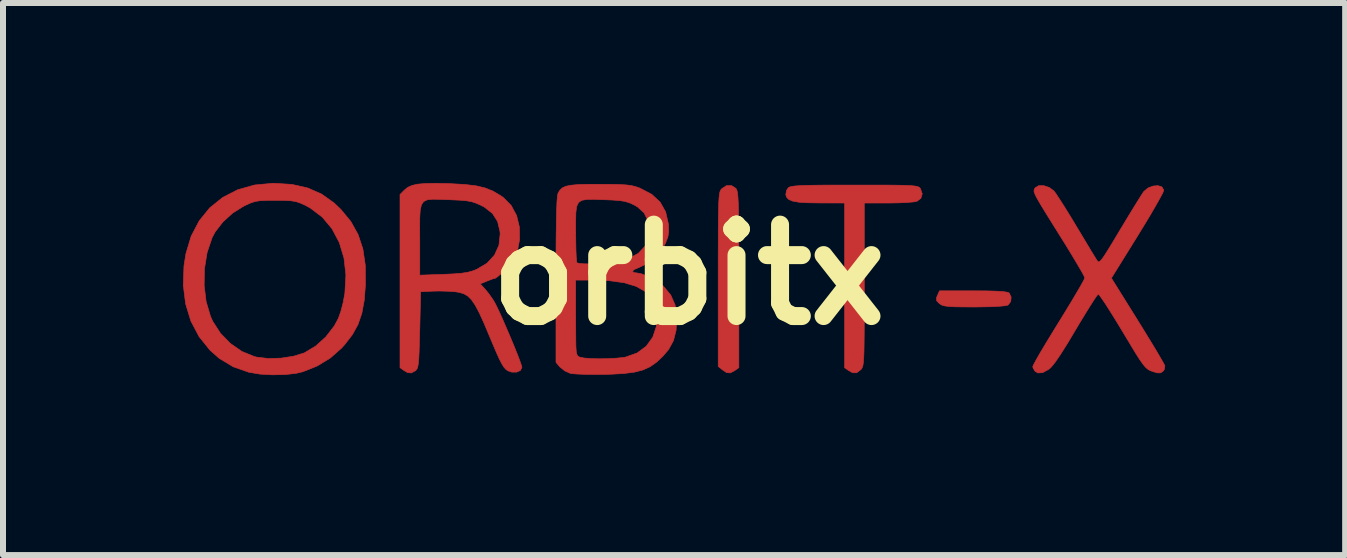
<source format=kicad_pcb>
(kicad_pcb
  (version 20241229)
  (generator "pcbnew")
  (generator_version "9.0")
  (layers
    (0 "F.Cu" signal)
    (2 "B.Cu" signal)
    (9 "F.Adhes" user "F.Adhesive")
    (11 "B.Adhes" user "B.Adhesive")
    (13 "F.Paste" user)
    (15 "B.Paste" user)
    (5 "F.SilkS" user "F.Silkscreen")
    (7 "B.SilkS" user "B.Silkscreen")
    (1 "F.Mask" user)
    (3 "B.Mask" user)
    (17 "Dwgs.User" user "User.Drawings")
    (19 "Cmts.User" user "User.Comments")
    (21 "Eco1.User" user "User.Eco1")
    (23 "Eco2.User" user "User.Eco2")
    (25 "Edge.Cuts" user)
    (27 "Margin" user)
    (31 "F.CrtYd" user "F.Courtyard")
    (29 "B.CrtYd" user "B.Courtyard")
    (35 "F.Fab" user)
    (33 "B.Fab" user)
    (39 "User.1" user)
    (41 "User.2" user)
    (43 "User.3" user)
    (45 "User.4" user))
  (footprint "orbitx"
    (layer "F.Cu")
    (at 8.429 1.529)
    (property "Reference" "orbitx" (at 0 0 0) (layer "F.SilkS") (effects (font (size 1.524 1.524) (thickness 0.3))))
    (attr through_hole)
    (fp_poly (pts (xy 4.968 0.27) (xy 5.135 0.275) (xy 5.252 0.283) (xy 5.32 0.294) (xy 5.343 0.305) (xy 5.376 0.372) (xy 5.369 0.448) (xy 5.326 0.504) (xy 5.321 0.507) (xy 5.271 0.518) (xy 5.171 0.527) (xy 5.03 0.534) (xy 4.859 0.537) (xy 4.757 0.538) (xy 4.568 0.537) (xy 4.43 0.535) (xy 4.332 0.529) (xy 4.266 0.52) (xy 4.221 0.507) (xy 4.188 0.487) (xy 4.18 0.482) (xy 4.134 0.434) (xy 4.131 0.387) (xy 4.147 0.347) (xy 4.182 0.269) (xy 4.745 0.269) (xy 4.968 0.27)) (stroke (width 0.01) (type solid)) (fill yes) (layer "F.Cu"))
    (fp_poly (pts (xy 0.787 -1.439) (xy 0.799 -1.422) (xy 0.808 -1.395) (xy 0.816 -1.353) (xy 0.822 -1.291) (xy 0.827 -1.203) (xy 0.831 -1.085) (xy 0.833 -0.932) (xy 0.835 -0.738) (xy 0.836 -0.499) (xy 0.837 -0.21) (xy 0.837 0.083) (xy 0.837 1.55) (xy 0.77 1.597) (xy 0.695 1.637) (xy 0.632 1.632) (xy 0.564 1.586) (xy 0.493 1.529) (xy 0.493 0.08) (xy 0.493 -0.252) (xy 0.494 -0.529) (xy 0.494 -0.757) (xy 0.496 -0.941) (xy 0.499 -1.086) (xy 0.502 -1.197) (xy 0.507 -1.279) (xy 0.513 -1.338) (xy 0.521 -1.378) (xy 0.531 -1.405) (xy 0.543 -1.423) (xy 0.55 -1.431) (xy 0.631 -1.485) (xy 0.717 -1.485) (xy 0.787 -1.439)) (stroke (width 0.01) (type solid)) (fill yes) (layer "F.Cu"))
    (fp_poly (pts (xy 3.044 -1.494) (xy 3.269 -1.494) (xy 3.447 -1.492) (xy 3.583 -1.49) (xy 3.684 -1.486) (xy 3.755 -1.48) (xy 3.802 -1.473) (xy 3.832 -1.463) (xy 3.851 -1.45) (xy 3.864 -1.434) (xy 3.865 -1.432) (xy 3.894 -1.348) (xy 3.871 -1.272) (xy 3.804 -1.223) (xy 3.748 -1.213) (xy 3.645 -1.204) (xy 3.511 -1.198) (xy 3.357 -1.195) (xy 3.33 -1.195) (xy 2.928 -1.195) (xy 2.928 0.164) (xy 2.928 0.485) (xy 2.928 0.751) (xy 2.927 0.968) (xy 2.925 1.141) (xy 2.923 1.276) (xy 2.919 1.378) (xy 2.914 1.452) (xy 2.907 1.504) (xy 2.898 1.539) (xy 2.887 1.562) (xy 2.874 1.579) (xy 2.869 1.584) (xy 2.8 1.635) (xy 2.732 1.634) (xy 2.666 1.597) (xy 2.6 1.55) (xy 2.6 -1.195) (xy 2.189 -1.196) (xy 1.987 -1.199) (xy 1.838 -1.208) (xy 1.734 -1.227) (xy 1.667 -1.255) (xy 1.631 -1.296) (xy 1.62 -1.334) (xy 1.632 -1.405) (xy 1.659 -1.446) (xy 1.677 -1.459) (xy 1.708 -1.469) (xy 1.757 -1.477) (xy 1.829 -1.483) (xy 1.932 -1.488) (xy 2.07 -1.491) (xy 2.251 -1.493) (xy 2.479 -1.494) (xy 2.761 -1.494) (xy 2.765 -1.494) (xy 3.044 -1.494)) (stroke (width 0.01) (type solid)) (fill yes) (layer "F.Cu"))
    (fp_poly (pts (xy -6.612 -1.505) (xy -6.35 -1.446) (xy -6.118 -1.344) (xy -5.909 -1.195) (xy -5.798 -1.089) (xy -5.631 -0.887) (xy -5.51 -0.67) (xy -5.43 -0.43) (xy -5.39 -0.159) (xy -5.387 0.154) (xy -5.387 0.164) (xy -5.407 0.425) (xy -5.447 0.642) (xy -5.511 0.829) (xy -5.604 0.998) (xy -5.733 1.165) (xy -5.785 1.223) (xy -5.972 1.388) (xy -6.194 1.523) (xy -6.429 1.617) (xy -6.541 1.644) (xy -6.727 1.665) (xy -6.939 1.669) (xy -7.147 1.657) (xy -7.326 1.627) (xy -7.328 1.627) (xy -7.592 1.535) (xy -7.825 1.394) (xy -7.978 1.259) (xy -8.16 1.033) (xy -8.297 0.773) (xy -8.385 0.485) (xy -8.423 0.179) (xy -8.076 0.179) (xy -8.043 0.448) (xy -7.971 0.692) (xy -7.933 0.777) (xy -7.804 0.977) (xy -7.638 1.147) (xy -7.446 1.28) (xy -7.24 1.364) (xy -7.195 1.375) (xy -7.004 1.397) (xy -6.793 1.391) (xy -6.587 1.359) (xy -6.411 1.305) (xy -6.4 1.3) (xy -6.216 1.189) (xy -6.047 1.036) (xy -5.907 0.855) (xy -5.838 0.727) (xy -5.797 0.611) (xy -5.759 0.466) (xy -5.732 0.32) (xy -5.73 0.306) (xy -5.713 0.005) (xy -5.745 -0.278) (xy -5.823 -0.536) (xy -5.944 -0.765) (xy -6.106 -0.959) (xy -6.306 -1.111) (xy -6.388 -1.156) (xy -6.47 -1.193) (xy -6.543 -1.218) (xy -6.625 -1.232) (xy -6.731 -1.238) (xy -6.879 -1.24) (xy -6.889 -1.24) (xy -7.037 -1.239) (xy -7.143 -1.234) (xy -7.224 -1.221) (xy -7.298 -1.197) (xy -7.382 -1.159) (xy -7.417 -1.142) (xy -7.6 -1.028) (xy -7.764 -0.879) (xy -7.892 -0.713) (xy -7.944 -0.616) (xy -8.027 -0.368) (xy -8.071 -0.098) (xy -8.076 0.179) (xy -8.423 0.179) (xy -8.424 0.176) (xy -8.412 -0.15) (xy -8.38 -0.35) (xy -8.292 -0.643) (xy -8.158 -0.898) (xy -7.983 -1.114) (xy -7.768 -1.287) (xy -7.519 -1.415) (xy -7.238 -1.495) (xy -6.929 -1.524) (xy -6.913 -1.524) (xy -6.612 -1.505)) (stroke (width 0.01) (type solid)) (fill yes) (layer "F.Cu"))
    (fp_poly (pts (xy -4.013 -1.519) (xy -3.965 -1.517) (xy -3.732 -1.504) (xy -3.546 -1.482) (xy -3.393 -1.446) (xy -3.261 -1.393) (xy -3.136 -1.319) (xy -3.086 -1.284) (xy -2.958 -1.154) (xy -2.868 -0.987) (xy -2.821 -0.794) (xy -2.818 -0.586) (xy -2.852 -0.404) (xy -2.898 -0.282) (xy -2.964 -0.18) (xy -3.052 -0.086) (xy -3.13 -0.013) (xy -3.192 0.039) (xy -3.225 0.06) (xy -3.226 0.06) (xy -3.266 0.07) (xy -3.338 0.097) (xy -3.362 0.107) (xy -3.474 0.153) (xy -3.399 0.234) (xy -3.336 0.31) (xy -3.268 0.406) (xy -3.247 0.439) (xy -3.211 0.505) (xy -3.161 0.609) (xy -3.101 0.742) (xy -3.036 0.892) (xy -2.969 1.048) (xy -2.906 1.2) (xy -2.851 1.337) (xy -2.809 1.448) (xy -2.784 1.522) (xy -2.779 1.545) (xy -2.804 1.596) (xy -2.867 1.624) (xy -2.949 1.624) (xy -3.01 1.603) (xy -3.044 1.58) (xy -3.078 1.543) (xy -3.115 1.484) (xy -3.16 1.396) (xy -3.216 1.27) (xy -3.288 1.1) (xy -3.318 1.029) (xy -3.411 0.808) (xy -3.489 0.637) (xy -3.557 0.509) (xy -3.62 0.417) (xy -3.683 0.355) (xy -3.751 0.316) (xy -3.829 0.294) (xy -3.885 0.285) (xy -4.006 0.276) (xy -4.15 0.272) (xy -4.258 0.274) (xy -4.467 0.284) (xy -4.482 0.921) (xy -4.488 1.133) (xy -4.493 1.294) (xy -4.499 1.41) (xy -4.507 1.491) (xy -4.517 1.543) (xy -4.531 1.576) (xy -4.549 1.596) (xy -4.555 1.601) (xy -4.624 1.638) (xy -4.687 1.631) (xy -4.745 1.597) (xy -4.811 1.55) (xy -4.811 -0.778) (xy -4.483 -0.778) (xy -4.482 -0.593) (xy -4.482 0.008) (xy -4.086 -0.006) (xy -3.91 -0.014) (xy -3.779 -0.025) (xy -3.679 -0.041) (xy -3.596 -0.064) (xy -3.533 -0.089) (xy -3.361 -0.191) (xy -3.236 -0.327) (xy -3.162 -0.49) (xy -3.142 -0.676) (xy -3.144 -0.717) (xy -3.184 -0.886) (xy -3.269 -1.02) (xy -3.404 -1.126) (xy -3.459 -1.155) (xy -3.539 -1.191) (xy -3.614 -1.216) (xy -3.7 -1.232) (xy -3.813 -1.242) (xy -3.967 -1.249) (xy -3.991 -1.25) (xy -4.149 -1.256) (xy -4.27 -1.258) (xy -4.358 -1.248) (xy -4.417 -1.219) (xy -4.454 -1.165) (xy -4.474 -1.078) (xy -4.482 -0.951) (xy -4.483 -0.778) (xy -4.811 -0.778) (xy -4.811 -1.337) (xy -4.734 -1.414) (xy -4.68 -1.457) (xy -4.611 -1.488) (xy -4.518 -1.509) (xy -4.393 -1.52) (xy -4.228 -1.523) (xy -4.013 -1.519)) (stroke (width 0.01) (type solid)) (fill yes) (layer "F.Cu"))
    (fp_poly (pts (xy 7.889 -1.463) (xy 7.918 -1.414) (xy 7.919 -1.405) (xy 7.904 -1.365) (xy 7.86 -1.282) (xy 7.793 -1.163) (xy 7.707 -1.014) (xy 7.605 -0.844) (xy 7.491 -0.658) (xy 7.483 -0.645) (xy 7.047 0.057) (xy 7.486 0.761) (xy 7.601 0.947) (xy 7.706 1.119) (xy 7.797 1.269) (xy 7.868 1.39) (xy 7.917 1.476) (xy 7.938 1.518) (xy 7.939 1.519) (xy 7.93 1.58) (xy 7.903 1.614) (xy 7.863 1.637) (xy 7.81 1.636) (xy 7.73 1.612) (xy 7.689 1.596) (xy 7.653 1.575) (xy 7.616 1.542) (xy 7.573 1.491) (xy 7.52 1.416) (xy 7.452 1.309) (xy 7.364 1.164) (xy 7.251 0.976) (xy 7.232 0.944) (xy 7.127 0.771) (xy 7.031 0.617) (xy 6.949 0.488) (xy 6.884 0.392) (xy 6.842 0.336) (xy 6.828 0.324) (xy 6.805 0.35) (xy 6.757 0.42) (xy 6.688 0.528) (xy 6.603 0.665) (xy 6.506 0.825) (xy 6.45 0.919) (xy 6.313 1.149) (xy 6.2 1.327) (xy 6.111 1.458) (xy 6.043 1.542) (xy 6.005 1.576) (xy 5.902 1.632) (xy 5.822 1.638) (xy 5.773 1.608) (xy 5.741 1.553) (xy 5.737 1.53) (xy 5.753 1.494) (xy 5.796 1.415) (xy 5.862 1.299) (xy 5.949 1.154) (xy 6.051 0.986) (xy 6.164 0.802) (xy 6.171 0.791) (xy 6.284 0.607) (xy 6.387 0.438) (xy 6.474 0.291) (xy 6.542 0.174) (xy 6.587 0.092) (xy 6.604 0.054) (xy 6.604 0.053) (xy 6.589 0.017) (xy 6.546 -0.062) (xy 6.479 -0.176) (xy 6.394 -0.319) (xy 6.294 -0.483) (xy 6.212 -0.614) (xy 6.076 -0.832) (xy 5.969 -1.004) (xy 5.887 -1.137) (xy 5.828 -1.237) (xy 5.789 -1.309) (xy 5.766 -1.359) (xy 5.757 -1.393) (xy 5.759 -1.416) (xy 5.768 -1.435) (xy 5.779 -1.45) (xy 5.837 -1.484) (xy 5.922 -1.484) (xy 6.013 -1.453) (xy 6.088 -1.397) (xy 6.123 -1.351) (xy 6.181 -1.262) (xy 6.259 -1.141) (xy 6.349 -0.996) (xy 6.446 -0.836) (xy 6.454 -0.822) (xy 6.551 -0.661) (xy 6.639 -0.514) (xy 6.714 -0.389) (xy 6.771 -0.297) (xy 6.802 -0.246) (xy 6.804 -0.243) (xy 6.819 -0.222) (xy 6.835 -0.214) (xy 6.857 -0.224) (xy 6.888 -0.258) (xy 6.932 -0.32) (xy 6.994 -0.418) (xy 7.078 -0.555) (xy 7.187 -0.738) (xy 7.197 -0.754) (xy 7.3 -0.925) (xy 7.394 -1.08) (xy 7.476 -1.212) (xy 7.539 -1.313) (xy 7.579 -1.375) (xy 7.589 -1.388) (xy 7.659 -1.446) (xy 7.743 -1.478) (xy 7.825 -1.484) (xy 7.889 -1.463)) (stroke (width 0.01) (type solid)) (fill yes) (layer "F.Cu"))
    (fp_poly (pts (xy -1.289 -1.506) (xy -1.144 -1.503) (xy -1.036 -1.496) (xy -0.953 -1.485) (xy -0.884 -1.468) (xy -0.817 -1.445) (xy -0.807 -1.44) (xy -0.615 -1.34) (xy -0.475 -1.21) (xy -0.383 -1.047) (xy -0.338 -0.848) (xy -0.336 -0.833) (xy -0.332 -0.719) (xy -0.346 -0.628) (xy -0.386 -0.526) (xy -0.401 -0.496) (xy -0.512 -0.331) (xy -0.661 -0.201) (xy -0.836 -0.116) (xy -0.843 -0.114) (xy -0.914 -0.083) (xy -0.936 -0.054) (xy -0.908 -0.034) (xy -0.867 -0.03) (xy -0.781 -0.013) (xy -0.669 0.032) (xy -0.552 0.094) (xy -0.451 0.164) (xy -0.423 0.189) (xy -0.298 0.339) (xy -0.225 0.506) (xy -0.198 0.705) (xy -0.198 0.717) (xy -0.209 0.927) (xy -0.253 1.099) (xy -0.335 1.249) (xy -0.432 1.362) (xy -0.537 1.46) (xy -0.643 1.534) (xy -0.761 1.588) (xy -0.902 1.624) (xy -1.076 1.647) (xy -1.293 1.659) (xy -1.404 1.662) (xy -1.574 1.663) (xy -1.73 1.661) (xy -1.859 1.656) (xy -1.948 1.649) (xy -1.972 1.645) (xy -2.065 1.603) (xy -2.143 1.54) (xy -2.144 1.54) (xy -2.211 1.461) (xy -2.211 0.09) (xy -1.883 0.09) (xy -1.883 0.718) (xy -1.882 0.927) (xy -1.881 1.084) (xy -1.879 1.197) (xy -1.874 1.273) (xy -1.865 1.322) (xy -1.853 1.349) (xy -1.835 1.365) (xy -1.815 1.374) (xy -1.743 1.389) (xy -1.629 1.398) (xy -1.488 1.402) (xy -1.338 1.399) (xy -1.196 1.391) (xy -1.077 1.378) (xy -1.046 1.372) (xy -0.857 1.304) (xy -0.706 1.192) (xy -0.598 1.042) (xy -0.537 0.861) (xy -0.526 0.735) (xy -0.545 0.554) (xy -0.608 0.404) (xy -0.716 0.285) (xy -0.872 0.195) (xy -1.077 0.133) (xy -1.332 0.099) (xy -1.589 0.09) (xy -1.883 0.09) (xy -2.211 0.09) (xy -2.211 0.089) (xy -2.211 -0.284) (xy -2.209 -0.599) (xy -2.205 -0.858) (xy -2.205 -0.887) (xy -1.883 -0.887) (xy -1.883 -0.706) (xy -1.881 -0.541) (xy -1.878 -0.398) (xy -1.873 -0.286) (xy -1.867 -0.217) (xy -1.863 -0.199) (xy -1.82 -0.187) (xy -1.734 -0.181) (xy -1.617 -0.18) (xy -1.485 -0.184) (xy -1.353 -0.193) (xy -1.236 -0.207) (xy -1.211 -0.211) (xy -1.001 -0.268) (xy -0.839 -0.356) (xy -0.728 -0.474) (xy -0.668 -0.621) (xy -0.657 -0.73) (xy -0.678 -0.898) (xy -0.742 -1.03) (xy -0.854 -1.131) (xy -0.913 -1.165) (xy -0.988 -1.199) (xy -1.063 -1.222) (xy -1.155 -1.236) (xy -1.279 -1.245) (xy -1.408 -1.25) (xy -1.574 -1.256) (xy -1.696 -1.255) (xy -1.781 -1.24) (xy -1.835 -1.204) (xy -1.866 -1.138) (xy -1.88 -1.035) (xy -1.883 -0.887) (xy -2.205 -0.887) (xy -2.201 -1.061) (xy -2.195 -1.211) (xy -2.187 -1.308) (xy -2.178 -1.355) (xy -2.178 -1.355) (xy -2.148 -1.407) (xy -2.107 -1.446) (xy -2.047 -1.474) (xy -1.959 -1.492) (xy -1.835 -1.503) (xy -1.667 -1.507) (xy -1.482 -1.507) (xy -1.289 -1.506)) (stroke (width 0.01) (type solid)) (fill yes) (layer "F.Cu"))
    (fp_poly (pts (xy 4.968 0.27) (xy 5.135 0.275) (xy 5.252 0.283) (xy 5.32 0.294) (xy 5.343 0.305) (xy 5.376 0.372) (xy 5.369 0.448) (xy 5.326 0.504) (xy 5.321 0.507) (xy 5.271 0.518) (xy 5.171 0.527) (xy 5.03 0.534) (xy 4.859 0.537) (xy 4.757 0.538) (xy 4.568 0.537) (xy 4.43 0.535) (xy 4.332 0.529) (xy 4.266 0.52) (xy 4.221 0.507) (xy 4.188 0.487) (xy 4.18 0.482) (xy 4.134 0.434) (xy 4.131 0.387) (xy 4.147 0.347) (xy 4.182 0.269) (xy 4.745 0.269) (xy 4.968 0.27)) (stroke (width 0.01) (type solid)) (fill yes) (layer "F.Mask"))
    (fp_poly (pts (xy 0.787 -1.439) (xy 0.799 -1.422) (xy 0.808 -1.395) (xy 0.816 -1.353) (xy 0.822 -1.291) (xy 0.827 -1.203) (xy 0.831 -1.085) (xy 0.833 -0.932) (xy 0.835 -0.738) (xy 0.836 -0.499) (xy 0.837 -0.21) (xy 0.837 0.083) (xy 0.837 1.55) (xy 0.77 1.597) (xy 0.695 1.637) (xy 0.632 1.632) (xy 0.564 1.586) (xy 0.493 1.529) (xy 0.493 0.08) (xy 0.493 -0.252) (xy 0.494 -0.529) (xy 0.494 -0.757) (xy 0.496 -0.941) (xy 0.499 -1.086) (xy 0.502 -1.197) (xy 0.507 -1.279) (xy 0.513 -1.338) (xy 0.521 -1.378) (xy 0.531 -1.405) (xy 0.543 -1.423) (xy 0.55 -1.431) (xy 0.631 -1.485) (xy 0.717 -1.485) (xy 0.787 -1.439)) (stroke (width 0.01) (type solid)) (fill yes) (layer "F.Mask"))
    (fp_poly (pts (xy 3.044 -1.494) (xy 3.269 -1.494) (xy 3.447 -1.492) (xy 3.583 -1.49) (xy 3.684 -1.486) (xy 3.755 -1.48) (xy 3.802 -1.473) (xy 3.832 -1.463) (xy 3.851 -1.45) (xy 3.864 -1.434) (xy 3.865 -1.432) (xy 3.894 -1.348) (xy 3.871 -1.272) (xy 3.804 -1.223) (xy 3.748 -1.213) (xy 3.645 -1.204) (xy 3.511 -1.198) (xy 3.357 -1.195) (xy 3.33 -1.195) (xy 2.928 -1.195) (xy 2.928 0.164) (xy 2.928 0.485) (xy 2.928 0.751) (xy 2.927 0.968) (xy 2.925 1.141) (xy 2.923 1.276) (xy 2.919 1.378) (xy 2.914 1.452) (xy 2.907 1.504) (xy 2.898 1.539) (xy 2.887 1.562) (xy 2.874 1.579) (xy 2.869 1.584) (xy 2.8 1.635) (xy 2.732 1.634) (xy 2.666 1.597) (xy 2.6 1.55) (xy 2.6 -1.195) (xy 2.189 -1.196) (xy 1.987 -1.199) (xy 1.838 -1.208) (xy 1.734 -1.227) (xy 1.667 -1.255) (xy 1.631 -1.296) (xy 1.62 -1.334) (xy 1.632 -1.405) (xy 1.659 -1.446) (xy 1.677 -1.459) (xy 1.708 -1.469) (xy 1.757 -1.477) (xy 1.829 -1.483) (xy 1.932 -1.488) (xy 2.07 -1.491) (xy 2.251 -1.493) (xy 2.479 -1.494) (xy 2.761 -1.494) (xy 2.765 -1.494) (xy 3.044 -1.494)) (stroke (width 0.01) (type solid)) (fill yes) (layer "F.Mask"))
    (fp_poly (pts (xy -6.612 -1.505) (xy -6.35 -1.446) (xy -6.118 -1.344) (xy -5.909 -1.195) (xy -5.798 -1.089) (xy -5.631 -0.887) (xy -5.51 -0.67) (xy -5.43 -0.43) (xy -5.39 -0.159) (xy -5.387 0.154) (xy -5.387 0.164) (xy -5.407 0.425) (xy -5.447 0.642) (xy -5.511 0.829) (xy -5.604 0.998) (xy -5.733 1.165) (xy -5.785 1.223) (xy -5.972 1.388) (xy -6.194 1.523) (xy -6.429 1.617) (xy -6.541 1.644) (xy -6.727 1.665) (xy -6.939 1.669) (xy -7.147 1.657) (xy -7.326 1.627) (xy -7.328 1.627) (xy -7.592 1.535) (xy -7.825 1.394) (xy -7.978 1.259) (xy -8.16 1.033) (xy -8.297 0.773) (xy -8.385 0.485) (xy -8.423 0.179) (xy -8.076 0.179) (xy -8.043 0.448) (xy -7.971 0.692) (xy -7.933 0.777) (xy -7.804 0.977) (xy -7.638 1.147) (xy -7.446 1.28) (xy -7.24 1.364) (xy -7.195 1.375) (xy -7.004 1.397) (xy -6.793 1.391) (xy -6.587 1.359) (xy -6.411 1.305) (xy -6.4 1.3) (xy -6.216 1.189) (xy -6.047 1.036) (xy -5.907 0.855) (xy -5.838 0.727) (xy -5.797 0.611) (xy -5.759 0.466) (xy -5.732 0.32) (xy -5.73 0.306) (xy -5.713 0.005) (xy -5.745 -0.278) (xy -5.823 -0.536) (xy -5.944 -0.765) (xy -6.106 -0.959) (xy -6.306 -1.111) (xy -6.388 -1.156) (xy -6.47 -1.193) (xy -6.543 -1.218) (xy -6.625 -1.232) (xy -6.731 -1.238) (xy -6.879 -1.24) (xy -6.889 -1.24) (xy -7.037 -1.239) (xy -7.143 -1.234) (xy -7.224 -1.221) (xy -7.298 -1.197) (xy -7.382 -1.159) (xy -7.417 -1.142) (xy -7.6 -1.028) (xy -7.764 -0.879) (xy -7.892 -0.713) (xy -7.944 -0.616) (xy -8.027 -0.368) (xy -8.071 -0.098) (xy -8.076 0.179) (xy -8.423 0.179) (xy -8.424 0.176) (xy -8.412 -0.15) (xy -8.38 -0.35) (xy -8.292 -0.643) (xy -8.158 -0.898) (xy -7.983 -1.114) (xy -7.768 -1.287) (xy -7.519 -1.415) (xy -7.238 -1.495) (xy -6.929 -1.524) (xy -6.913 -1.524) (xy -6.612 -1.505)) (stroke (width 0.01) (type solid)) (fill yes) (layer "F.Mask"))
    (fp_poly (pts (xy -4.013 -1.519) (xy -3.965 -1.517) (xy -3.732 -1.504) (xy -3.546 -1.482) (xy -3.393 -1.446) (xy -3.261 -1.393) (xy -3.136 -1.319) (xy -3.086 -1.284) (xy -2.958 -1.154) (xy -2.868 -0.987) (xy -2.821 -0.794) (xy -2.818 -0.586) (xy -2.852 -0.404) (xy -2.898 -0.282) (xy -2.964 -0.18) (xy -3.052 -0.086) (xy -3.13 -0.013) (xy -3.192 0.039) (xy -3.225 0.06) (xy -3.226 0.06) (xy -3.266 0.07) (xy -3.338 0.097) (xy -3.362 0.107) (xy -3.474 0.153) (xy -3.399 0.234) (xy -3.336 0.31) (xy -3.268 0.406) (xy -3.247 0.439) (xy -3.211 0.505) (xy -3.161 0.609) (xy -3.101 0.742) (xy -3.036 0.892) (xy -2.969 1.048) (xy -2.906 1.2) (xy -2.851 1.337) (xy -2.809 1.448) (xy -2.784 1.522) (xy -2.779 1.545) (xy -2.804 1.596) (xy -2.867 1.624) (xy -2.949 1.624) (xy -3.01 1.603) (xy -3.044 1.58) (xy -3.078 1.543) (xy -3.115 1.484) (xy -3.16 1.396) (xy -3.216 1.27) (xy -3.288 1.1) (xy -3.318 1.029) (xy -3.411 0.808) (xy -3.489 0.637) (xy -3.557 0.509) (xy -3.62 0.417) (xy -3.683 0.355) (xy -3.751 0.316) (xy -3.829 0.294) (xy -3.885 0.285) (xy -4.006 0.276) (xy -4.15 0.272) (xy -4.258 0.274) (xy -4.467 0.284) (xy -4.482 0.921) (xy -4.488 1.133) (xy -4.493 1.294) (xy -4.499 1.41) (xy -4.507 1.491) (xy -4.517 1.543) (xy -4.531 1.576) (xy -4.549 1.596) (xy -4.555 1.601) (xy -4.624 1.638) (xy -4.687 1.631) (xy -4.745 1.597) (xy -4.811 1.55) (xy -4.811 -0.778) (xy -4.483 -0.778) (xy -4.482 -0.593) (xy -4.482 0.008) (xy -4.086 -0.006) (xy -3.91 -0.014) (xy -3.779 -0.025) (xy -3.679 -0.041) (xy -3.596 -0.064) (xy -3.533 -0.089) (xy -3.361 -0.191) (xy -3.236 -0.327) (xy -3.162 -0.49) (xy -3.142 -0.676) (xy -3.144 -0.717) (xy -3.184 -0.886) (xy -3.269 -1.02) (xy -3.404 -1.126) (xy -3.459 -1.155) (xy -3.539 -1.191) (xy -3.614 -1.216) (xy -3.7 -1.232) (xy -3.813 -1.242) (xy -3.967 -1.249) (xy -3.991 -1.25) (xy -4.149 -1.256) (xy -4.27 -1.258) (xy -4.358 -1.248) (xy -4.417 -1.219) (xy -4.454 -1.165) (xy -4.474 -1.078) (xy -4.482 -0.951) (xy -4.483 -0.778) (xy -4.811 -0.778) (xy -4.811 -1.337) (xy -4.734 -1.414) (xy -4.68 -1.457) (xy -4.611 -1.488) (xy -4.518 -1.509) (xy -4.393 -1.52) (xy -4.228 -1.523) (xy -4.013 -1.519)) (stroke (width 0.01) (type solid)) (fill yes) (layer "F.Mask"))
    (fp_poly (pts (xy 7.889 -1.463) (xy 7.918 -1.414) (xy 7.919 -1.405) (xy 7.904 -1.365) (xy 7.86 -1.282) (xy 7.793 -1.163) (xy 7.707 -1.014) (xy 7.605 -0.844) (xy 7.491 -0.658) (xy 7.483 -0.645) (xy 7.047 0.057) (xy 7.486 0.761) (xy 7.601 0.947) (xy 7.706 1.119) (xy 7.797 1.269) (xy 7.868 1.39) (xy 7.917 1.476) (xy 7.938 1.518) (xy 7.939 1.519) (xy 7.93 1.58) (xy 7.903 1.614) (xy 7.863 1.637) (xy 7.81 1.636) (xy 7.73 1.612) (xy 7.689 1.596) (xy 7.653 1.575) (xy 7.616 1.542) (xy 7.573 1.491) (xy 7.52 1.416) (xy 7.452 1.309) (xy 7.364 1.164) (xy 7.251 0.976) (xy 7.232 0.944) (xy 7.127 0.771) (xy 7.031 0.617) (xy 6.949 0.488) (xy 6.884 0.392) (xy 6.842 0.336) (xy 6.828 0.324) (xy 6.805 0.35) (xy 6.757 0.42) (xy 6.688 0.528) (xy 6.603 0.665) (xy 6.506 0.825) (xy 6.45 0.919) (xy 6.313 1.149) (xy 6.2 1.327) (xy 6.111 1.458) (xy 6.043 1.542) (xy 6.005 1.576) (xy 5.902 1.632) (xy 5.822 1.638) (xy 5.773 1.608) (xy 5.741 1.553) (xy 5.737 1.53) (xy 5.753 1.494) (xy 5.796 1.415) (xy 5.862 1.299) (xy 5.949 1.154) (xy 6.051 0.986) (xy 6.164 0.802) (xy 6.171 0.791) (xy 6.284 0.607) (xy 6.387 0.438) (xy 6.474 0.291) (xy 6.542 0.174) (xy 6.587 0.092) (xy 6.604 0.054) (xy 6.604 0.053) (xy 6.589 0.017) (xy 6.546 -0.062) (xy 6.479 -0.176) (xy 6.394 -0.319) (xy 6.294 -0.483) (xy 6.212 -0.614) (xy 6.076 -0.832) (xy 5.969 -1.004) (xy 5.887 -1.137) (xy 5.828 -1.237) (xy 5.789 -1.309) (xy 5.766 -1.359) (xy 5.757 -1.393) (xy 5.759 -1.416) (xy 5.768 -1.435) (xy 5.779 -1.45) (xy 5.837 -1.484) (xy 5.922 -1.484) (xy 6.013 -1.453) (xy 6.088 -1.397) (xy 6.123 -1.351) (xy 6.181 -1.262) (xy 6.259 -1.141) (xy 6.349 -0.996) (xy 6.446 -0.836) (xy 6.454 -0.822) (xy 6.551 -0.661) (xy 6.639 -0.514) (xy 6.714 -0.389) (xy 6.771 -0.297) (xy 6.802 -0.246) (xy 6.804 -0.243) (xy 6.819 -0.222) (xy 6.835 -0.214) (xy 6.857 -0.224) (xy 6.888 -0.258) (xy 6.932 -0.32) (xy 6.994 -0.418) (xy 7.078 -0.555) (xy 7.187 -0.738) (xy 7.197 -0.754) (xy 7.3 -0.925) (xy 7.394 -1.08) (xy 7.476 -1.212) (xy 7.539 -1.313) (xy 7.579 -1.375) (xy 7.589 -1.388) (xy 7.659 -1.446) (xy 7.743 -1.478) (xy 7.825 -1.484) (xy 7.889 -1.463)) (stroke (width 0.01) (type solid)) (fill yes) (layer "F.Mask"))
    (fp_poly (pts (xy -1.289 -1.506) (xy -1.144 -1.503) (xy -1.036 -1.496) (xy -0.953 -1.485) (xy -0.884 -1.468) (xy -0.817 -1.445) (xy -0.807 -1.44) (xy -0.615 -1.34) (xy -0.475 -1.21) (xy -0.383 -1.047) (xy -0.338 -0.848) (xy -0.336 -0.833) (xy -0.332 -0.719) (xy -0.346 -0.628) (xy -0.386 -0.526) (xy -0.401 -0.496) (xy -0.512 -0.331) (xy -0.661 -0.201) (xy -0.836 -0.116) (xy -0.843 -0.114) (xy -0.914 -0.083) (xy -0.936 -0.054) (xy -0.908 -0.034) (xy -0.867 -0.03) (xy -0.781 -0.013) (xy -0.669 0.032) (xy -0.552 0.094) (xy -0.451 0.164) (xy -0.423 0.189) (xy -0.298 0.339) (xy -0.225 0.506) (xy -0.198 0.705) (xy -0.198 0.717) (xy -0.209 0.927) (xy -0.253 1.099) (xy -0.335 1.249) (xy -0.432 1.362) (xy -0.537 1.46) (xy -0.643 1.534) (xy -0.761 1.588) (xy -0.902 1.624) (xy -1.076 1.647) (xy -1.293 1.659) (xy -1.404 1.662) (xy -1.574 1.663) (xy -1.73 1.661) (xy -1.859 1.656) (xy -1.948 1.649) (xy -1.972 1.645) (xy -2.065 1.603) (xy -2.143 1.54) (xy -2.144 1.54) (xy -2.211 1.461) (xy -2.211 0.09) (xy -1.883 0.09) (xy -1.883 0.718) (xy -1.882 0.927) (xy -1.881 1.084) (xy -1.879 1.197) (xy -1.874 1.273) (xy -1.865 1.322) (xy -1.853 1.349) (xy -1.835 1.365) (xy -1.815 1.374) (xy -1.743 1.389) (xy -1.629 1.398) (xy -1.488 1.402) (xy -1.338 1.399) (xy -1.196 1.391) (xy -1.077 1.378) (xy -1.046 1.372) (xy -0.857 1.304) (xy -0.706 1.192) (xy -0.598 1.042) (xy -0.537 0.861) (xy -0.526 0.735) (xy -0.545 0.554) (xy -0.608 0.404) (xy -0.716 0.285) (xy -0.872 0.195) (xy -1.077 0.133) (xy -1.332 0.099) (xy -1.589 0.09) (xy -1.883 0.09) (xy -2.211 0.09) (xy -2.211 0.089) (xy -2.211 -0.284) (xy -2.209 -0.599) (xy -2.205 -0.858) (xy -2.205 -0.887) (xy -1.883 -0.887) (xy -1.883 -0.706) (xy -1.881 -0.541) (xy -1.878 -0.398) (xy -1.873 -0.286) (xy -1.867 -0.217) (xy -1.863 -0.199) (xy -1.82 -0.187) (xy -1.734 -0.181) (xy -1.617 -0.18) (xy -1.485 -0.184) (xy -1.353 -0.193) (xy -1.236 -0.207) (xy -1.211 -0.211) (xy -1.001 -0.268) (xy -0.839 -0.356) (xy -0.728 -0.474) (xy -0.668 -0.621) (xy -0.657 -0.73) (xy -0.678 -0.898) (xy -0.742 -1.03) (xy -0.854 -1.131) (xy -0.913 -1.165) (xy -0.988 -1.199) (xy -1.063 -1.222) (xy -1.155 -1.236) (xy -1.279 -1.245) (xy -1.408 -1.25) (xy -1.574 -1.256) (xy -1.696 -1.255) (xy -1.781 -1.24) (xy -1.835 -1.204) (xy -1.866 -1.138) (xy -1.88 -1.035) (xy -1.883 -0.887) (xy -2.205 -0.887) (xy -2.201 -1.061) (xy -2.195 -1.211) (xy -2.187 -1.308) (xy -2.178 -1.355) (xy -2.178 -1.355) (xy -2.148 -1.407) (xy -2.107 -1.446) (xy -2.047 -1.474) (xy -1.959 -1.492) (xy -1.835 -1.503) (xy -1.667 -1.507) (xy -1.482 -1.507) (xy -1.289 -1.506)) (stroke (width 0.01) (type solid)) (fill yes) (layer "F.Mask")))
  (gr_rect
    (start -3 -3)
    (end 19.373 6.203)
    (stroke (width 0.1) (type default))
    (fill no)
    (layer "Edge.Cuts")))
</source>
